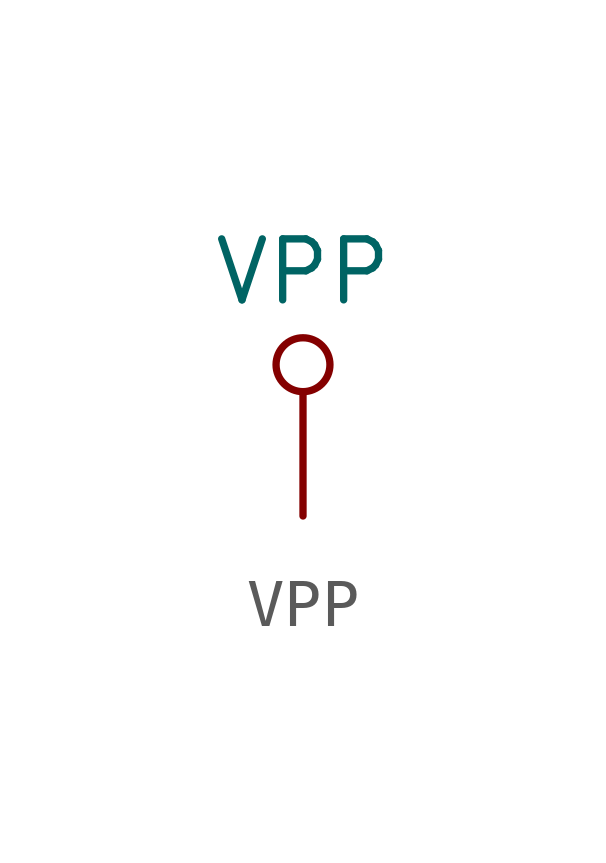
<source format=kicad_sym>
(kicad_symbol_lib
  (version 20231120)
  (generator "kicad_symbol_editor")
  (generator_version "8.0")
  (symbol "VPP"
    (power)
    (pin_numbers hide)
    (pin_names hide)
    (property "Reference" "#PWR"
      (at 4.724 3.708 0)
      (effects (font (size 1.27 1.27)) (hide yes)))
    (property "Value" "VPP"
      (at 0 3.81 0)
      (effects (font (size 1.27 1.27))))
    (symbol "VPP_0_1"
      (circle (center 0 1.88) (radius 0.561) (stroke (width 0) (type default)) (fill (type none))))
    (symbol "VPP_1_1"
      (pin power_in line (at 0 -1.27 90) (length 2.54) (name "+VPP" (effects (font (size 1.27 1.27)))) (number "~" (effects (font (size 1.27 1.27))))))))
</source>
